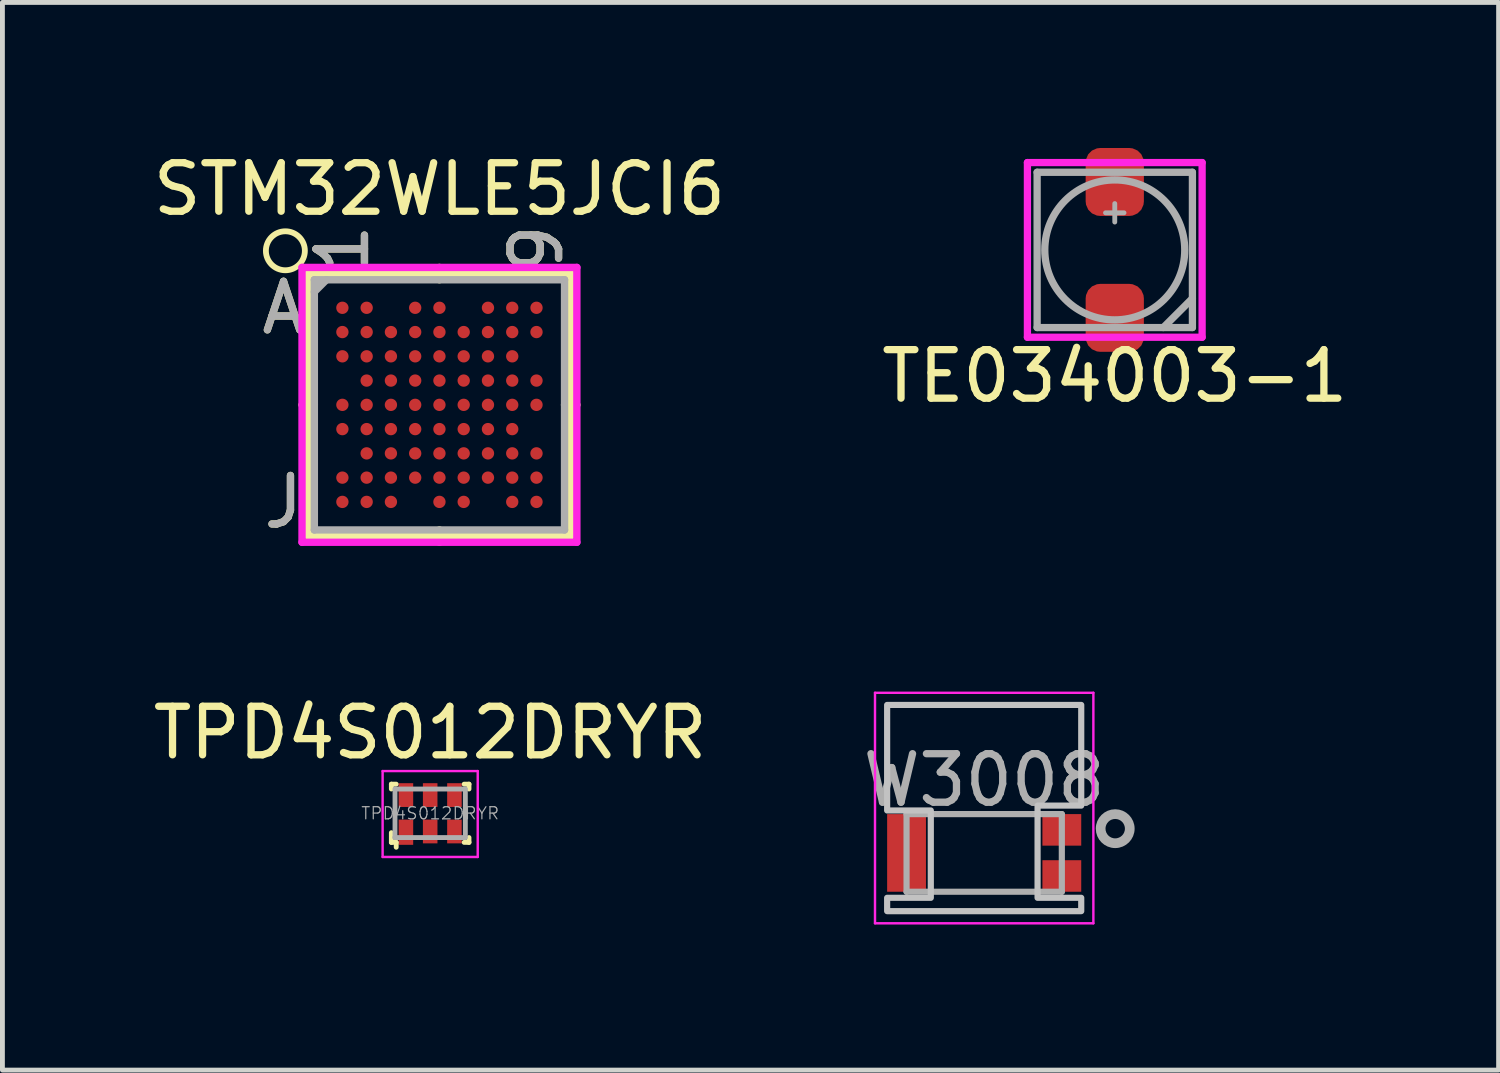
<source format=kicad_pcb>
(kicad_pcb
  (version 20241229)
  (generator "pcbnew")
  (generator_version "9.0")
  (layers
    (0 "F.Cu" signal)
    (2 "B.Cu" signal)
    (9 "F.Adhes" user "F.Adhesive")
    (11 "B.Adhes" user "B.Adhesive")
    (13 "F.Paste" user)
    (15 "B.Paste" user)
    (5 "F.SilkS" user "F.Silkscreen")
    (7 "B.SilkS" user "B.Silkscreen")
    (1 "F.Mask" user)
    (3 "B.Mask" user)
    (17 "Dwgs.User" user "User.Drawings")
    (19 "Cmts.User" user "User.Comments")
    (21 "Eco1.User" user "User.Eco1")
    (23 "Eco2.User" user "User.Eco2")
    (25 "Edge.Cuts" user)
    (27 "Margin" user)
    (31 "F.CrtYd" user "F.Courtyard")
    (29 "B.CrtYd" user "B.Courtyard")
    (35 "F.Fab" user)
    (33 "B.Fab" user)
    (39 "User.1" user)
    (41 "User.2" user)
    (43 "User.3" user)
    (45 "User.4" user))
  (footprint "STM32WLE5JCI6"
    (layer "F.Cu")
    (at 6.006 5.293)
    (property "Reference" "STM32WLE5JCI6" (at 0 -4.445 0) (layer "F.SilkS") (effects (font (size 1 1) (thickness 0.15))))
    (attr through_hole)
    (fp_line (start -2.705 -2.705) (end -2.705 2.705) (stroke (width 0.152) (type solid)) (layer "F.SilkS"))
    (fp_line (start -2.705 2.705) (end 2.705 2.705) (stroke (width 0.152) (type solid)) (layer "F.SilkS"))
    (fp_line (start -2.578 0) (end -2.832 0) (stroke (width 0.152) (type solid)) (layer "F.SilkS"))
    (fp_line (start 0 -2.578) (end 0 -2.832) (stroke (width 0.152) (type solid)) (layer "F.SilkS"))
    (fp_line (start 0 2.578) (end 0 2.832) (stroke (width 0.152) (type solid)) (layer "F.SilkS"))
    (fp_line (start 2.578 0) (end 2.832 0) (stroke (width 0.152) (type solid)) (layer "F.SilkS"))
    (fp_line (start 2.705 -2.705) (end -2.705 -2.705) (stroke (width 0.152) (type solid)) (layer "F.SilkS"))
    (fp_line (start 2.705 2.705) (end 2.705 -2.705) (stroke (width 0.152) (type solid)) (layer "F.SilkS"))
    (fp_circle (center -3.175 -3.175) (end -3.556 -3.048) (stroke (width 0.12) (type solid)) (fill no) (layer "F.SilkS"))
    (fp_line (start -2.832 -2.832) (end 2.832 -2.832) (stroke (width 0.152) (type solid)) (layer "F.CrtYd"))
    (fp_line (start -2.832 2.832) (end -2.832 -2.832) (stroke (width 0.152) (type solid)) (layer "F.CrtYd"))
    (fp_line (start 2.832 -2.832) (end 2.832 2.832) (stroke (width 0.152) (type solid)) (layer "F.CrtYd"))
    (fp_line (start 2.832 2.832) (end -2.832 2.832) (stroke (width 0.152) (type solid)) (layer "F.CrtYd"))
    (fp_line (start -2.578 -2.578) (end -2.578 2.578) (stroke (width 0.152) (type solid)) (layer "F.Fab"))
    (fp_line (start -2.578 2.578) (end 2.578 2.578) (stroke (width 0.152) (type solid)) (layer "F.Fab"))
    (fp_line (start -2.328 -2.578) (end -2.578 -2.328) (stroke (width 0.152) (type solid)) (layer "F.Fab"))
    (fp_line (start 2.578 -2.578) (end -2.578 -2.578) (stroke (width 0.152) (type solid)) (layer "F.Fab"))
    (fp_line (start 2.578 2.578) (end 2.578 -2.578) (stroke (width 0.152) (type solid)) (layer "F.Fab"))
    (fp_text user "1" (at -2 -3.213 90) (layer "F.SilkS") (effects (font (size 1 1) (thickness 0.15))))
    (fp_text user "A" (at -3.213 -2 0) (layer "F.SilkS") (effects (font (size 1 1) (thickness 0.15))))
    (fp_text user "9" (at 2 -3.213 90) (layer "F.SilkS") (effects (font (size 1 1) (thickness 0.15))))
    (fp_text user "J" (at -3.213 2 0) (layer "F.SilkS") (effects (font (size 1 1) (thickness 0.15))))
    (fp_text user "1" (at -2 -3.213 90) (layer "F.Fab") (effects (font (size 1 1) (thickness 0.15))))
    (fp_text user "9" (at 2 -3.213 90) (layer "F.Fab") (effects (font (size 1 1) (thickness 0.15))))
    (fp_text user "J" (at -3.213 2 0) (layer "F.Fab") (effects (font (size 1 1) (thickness 0.15))))
    (fp_text user "A" (at -3.213 -2 0) (layer "F.Fab") (effects (font (size 1 1) (thickness 0.15))))
    (pad "A1" smd circle (at -2 -2) (size 0.254 0.254) (layers "F.Cu" "F.Mask" "F.Paste"))
    (pad "A2" smd circle (at -1.5 -2) (size 0.254 0.254) (layers "F.Cu" "F.Mask" "F.Paste"))
    (pad "A4" smd circle (at -0.5 -2) (size 0.254 0.254) (layers "F.Cu" "F.Mask" "F.Paste"))
    (pad "A5" smd circle (at 0 -2) (size 0.254 0.254) (layers "F.Cu" "F.Mask" "F.Paste"))
    (pad "A7" smd circle (at 1 -2) (size 0.254 0.254) (layers "F.Cu" "F.Mask" "F.Paste"))
    (pad "A8" smd circle (at 1.5 -2) (size 0.254 0.254) (layers "F.Cu" "F.Mask" "F.Paste"))
    (pad "A9" smd circle (at 2 -2) (size 0.254 0.254) (layers "F.Cu" "F.Mask" "F.Paste"))
    (pad "B1" smd circle (at -2 -1.5) (size 0.254 0.254) (layers "F.Cu" "F.Mask" "F.Paste"))
    (pad "B2" smd circle (at -1.5 -1.5) (size 0.254 0.254) (layers "F.Cu" "F.Mask" "F.Paste"))
    (pad "B3" smd circle (at -1 -1.5) (size 0.254 0.254) (layers "F.Cu" "F.Mask" "F.Paste"))
    (pad "B4" smd circle (at -0.5 -1.5) (size 0.254 0.254) (layers "F.Cu" "F.Mask" "F.Paste"))
    (pad "B5" smd circle (at 0 -1.5) (size 0.254 0.254) (layers "F.Cu" "F.Mask" "F.Paste"))
    (pad "B6" smd circle (at 0.5 -1.5) (size 0.254 0.254) (layers "F.Cu" "F.Mask" "F.Paste"))
    (pad "B7" smd circle (at 1 -1.5) (size 0.254 0.254) (layers "F.Cu" "F.Mask" "F.Paste"))
    (pad "B8" smd circle (at 1.5 -1.5) (size 0.254 0.254) (layers "F.Cu" "F.Mask" "F.Paste"))
    (pad "B9" smd circle (at 2 -1.5) (size 0.254 0.254) (layers "F.Cu" "F.Mask" "F.Paste"))
    (pad "C1" smd circle (at -2 -1) (size 0.254 0.254) (layers "F.Cu" "F.Mask" "F.Paste"))
    (pad "C2" smd circle (at -1.5 -1) (size 0.254 0.254) (layers "F.Cu" "F.Mask" "F.Paste"))
    (pad "C3" smd circle (at -1 -1) (size 0.254 0.254) (layers "F.Cu" "F.Mask" "F.Paste"))
    (pad "C4" smd circle (at -0.5 -1) (size 0.254 0.254) (layers "F.Cu" "F.Mask" "F.Paste"))
    (pad "C5" smd circle (at 0 -1) (size 0.254 0.254) (layers "F.Cu" "F.Mask" "F.Paste"))
    (pad "C6" smd circle (at 0.5 -1) (size 0.254 0.254) (layers "F.Cu" "F.Mask" "F.Paste"))
    (pad "C7" smd circle (at 1 -1) (size 0.254 0.254) (layers "F.Cu" "F.Mask" "F.Paste"))
    (pad "C8" smd circle (at 1.5 -1) (size 0.254 0.254) (layers "F.Cu" "F.Mask" "F.Paste"))
    (pad "D2" smd circle (at -1.5 -0.5) (size 0.254 0.254) (layers "F.Cu" "F.Mask" "F.Paste"))
    (pad "D3" smd circle (at -1 -0.5) (size 0.254 0.254) (layers "F.Cu" "F.Mask" "F.Paste"))
    (pad "D4" smd circle (at -0.5 -0.5) (size 0.254 0.254) (layers "F.Cu" "F.Mask" "F.Paste"))
    (pad "D5" smd circle (at 0 -0.5) (size 0.254 0.254) (layers "F.Cu" "F.Mask" "F.Paste"))
    (pad "D6" smd circle (at 0.5 -0.5) (size 0.254 0.254) (layers "F.Cu" "F.Mask" "F.Paste"))
    (pad "D7" smd circle (at 1 -0.5) (size 0.254 0.254) (layers "F.Cu" "F.Mask" "F.Paste"))
    (pad "D8" smd circle (at 1.5 -0.5) (size 0.254 0.254) (layers "F.Cu" "F.Mask" "F.Paste"))
    (pad "D9" smd circle (at 2 -0.5) (size 0.254 0.254) (layers "F.Cu" "F.Mask" "F.Paste"))
    (pad "E1" smd circle (at -2 0) (size 0.254 0.254) (layers "F.Cu" "F.Mask" "F.Paste"))
    (pad "E2" smd circle (at -1.5 0) (size 0.254 0.254) (layers "F.Cu" "F.Mask" "F.Paste"))
    (pad "E3" smd circle (at -1 0) (size 0.254 0.254) (layers "F.Cu" "F.Mask" "F.Paste"))
    (pad "E4" smd circle (at -0.5 0) (size 0.254 0.254) (layers "F.Cu" "F.Mask" "F.Paste"))
    (pad "E5" smd circle (at 0 0) (size 0.254 0.254) (layers "F.Cu" "F.Mask" "F.Paste"))
    (pad "E6" smd circle (at 0.5 0) (size 0.254 0.254) (layers "F.Cu" "F.Mask" "F.Paste"))
    (pad "E7" smd circle (at 1 0) (size 0.254 0.254) (layers "F.Cu" "F.Mask" "F.Paste"))
    (pad "E8" smd circle (at 1.5 0) (size 0.254 0.254) (layers "F.Cu" "F.Mask" "F.Paste"))
    (pad "E9" smd circle (at 2 0) (size 0.254 0.254) (layers "F.Cu" "F.Mask" "F.Paste"))
    (pad "F1" smd circle (at -2 0.5) (size 0.254 0.254) (layers "F.Cu" "F.Mask" "F.Paste"))
    (pad "F2" smd circle (at -1.5 0.5) (size 0.254 0.254) (layers "F.Cu" "F.Mask" "F.Paste"))
    (pad "F3" smd circle (at -1 0.5) (size 0.254 0.254) (layers "F.Cu" "F.Mask" "F.Paste"))
    (pad "F4" smd circle (at -0.5 0.5) (size 0.254 0.254) (layers "F.Cu" "F.Mask" "F.Paste"))
    (pad "F5" smd circle (at 0 0.5) (size 0.254 0.254) (layers "F.Cu" "F.Mask" "F.Paste"))
    (pad "F6" smd circle (at 0.5 0.5) (size 0.254 0.254) (layers "F.Cu" "F.Mask" "F.Paste"))
    (pad "F7" smd circle (at 1 0.5) (size 0.254 0.254) (layers "F.Cu" "F.Mask" "F.Paste"))
    (pad "F8" smd circle (at 1.5 0.5) (size 0.254 0.254) (layers "F.Cu" "F.Mask" "F.Paste"))
    (pad "G2" smd circle (at -1.5 1) (size 0.254 0.254) (layers "F.Cu" "F.Mask" "F.Paste"))
    (pad "G3" smd circle (at -1 1) (size 0.254 0.254) (layers "F.Cu" "F.Mask" "F.Paste"))
    (pad "G4" smd circle (at -0.5 1) (size 0.254 0.254) (layers "F.Cu" "F.Mask" "F.Paste"))
    (pad "G5" smd circle (at 0 1) (size 0.254 0.254) (layers "F.Cu" "F.Mask" "F.Paste"))
    (pad "G6" smd circle (at 0.5 1) (size 0.254 0.254) (layers "F.Cu" "F.Mask" "F.Paste"))
    (pad "G7" smd circle (at 1 1) (size 0.254 0.254) (layers "F.Cu" "F.Mask" "F.Paste"))
    (pad "G8" smd circle (at 1.5 1) (size 0.254 0.254) (layers "F.Cu" "F.Mask" "F.Paste"))
    (pad "G9" smd circle (at 2 1) (size 0.254 0.254) (layers "F.Cu" "F.Mask" "F.Paste"))
    (pad "H1" smd circle (at -2 1.5) (size 0.254 0.254) (layers "F.Cu" "F.Mask" "F.Paste"))
    (pad "H2" smd circle (at -1.5 1.5) (size 0.254 0.254) (layers "F.Cu" "F.Mask" "F.Paste"))
    (pad "H3" smd circle (at -1 1.5) (size 0.254 0.254) (layers "F.Cu" "F.Mask" "F.Paste"))
    (pad "H4" smd circle (at -0.5 1.5) (size 0.254 0.254) (layers "F.Cu" "F.Mask" "F.Paste"))
    (pad "H5" smd circle (at 0 1.5) (size 0.254 0.254) (layers "F.Cu" "F.Mask" "F.Paste"))
    (pad "H6" smd circle (at 0.5 1.5) (size 0.254 0.254) (layers "F.Cu" "F.Mask" "F.Paste"))
    (pad "H7" smd circle (at 1 1.5) (size 0.254 0.254) (layers "F.Cu" "F.Mask" "F.Paste"))
    (pad "H8" smd circle (at 1.5 1.5) (size 0.254 0.254) (layers "F.Cu" "F.Mask" "F.Paste"))
    (pad "H9" smd circle (at 2 1.5) (size 0.254 0.254) (layers "F.Cu" "F.Mask" "F.Paste"))
    (pad "J1" smd circle (at -2 2) (size 0.254 0.254) (layers "F.Cu" "F.Mask" "F.Paste"))
    (pad "J2" smd circle (at -1.5 2) (size 0.254 0.254) (layers "F.Cu" "F.Mask" "F.Paste"))
    (pad "J3" smd circle (at -1 2) (size 0.254 0.254) (layers "F.Cu" "F.Mask" "F.Paste"))
    (pad "J5" smd circle (at 0 2) (size 0.254 0.254) (layers "F.Cu" "F.Mask" "F.Paste"))
    (pad "J6" smd circle (at 0.5 2) (size 0.254 0.254) (layers "F.Cu" "F.Mask" "F.Paste"))
    (pad "J8" smd circle (at 1.5 2) (size 0.254 0.254) (layers "F.Cu" "F.Mask" "F.Paste"))
    (pad "J9" smd circle (at 2 2) (size 0.254 0.254) (layers "F.Cu" "F.Mask" "F.Paste")))
  (footprint "W3008"
    (layer "F.Cu")
    (at 17.232 14.527)
    (property "Reference" "W3008" (at 0 -1.5 0) (layer "F.Fab") (effects (font (size 1 1) (thickness 0.15))))
    (attr smd)
    (fp_poly (pts (xy -2 1.2) (xy -2 0.925) (xy -1.1 0.925) (xy -1.1 -0.875) (xy -2 -0.875) (xy -2 -3.05) (xy 2 -3.05) (xy 2 -0.975) (xy 1.1 -0.975) (xy 1.1 0.925) (xy 2 0.925) (xy 2 1.2)) (stroke (width 0.127) (type solid)) (fill no) (layer "Dwgs.User"))
    (fp_line (start -2.25 -3.3) (end -2.25 1.45) (stroke (width 0.05) (type solid)) (layer "F.CrtYd"))
    (fp_line (start -2.25 1.45) (end 2.25 1.45) (stroke (width 0.05) (type solid)) (layer "F.CrtYd"))
    (fp_line (start 2.25 -3.3) (end -2.25 -3.3) (stroke (width 0.05) (type solid)) (layer "F.CrtYd"))
    (fp_line (start 2.25 1.45) (end 2.25 -3.3) (stroke (width 0.05) (type solid)) (layer "F.CrtYd"))
    (fp_line (start -1.6 -0.8) (end 1.6 -0.8) (stroke (width 0.127) (type solid)) (layer "F.Fab"))
    (fp_line (start -1.6 0.8) (end -1.6 -0.8) (stroke (width 0.127) (type solid)) (layer "F.Fab"))
    (fp_line (start 1.6 -0.8) (end 1.6 0.8) (stroke (width 0.127) (type solid)) (layer "F.Fab"))
    (fp_line (start 1.6 0.8) (end -1.6 0.8) (stroke (width 0.127) (type solid)) (layer "F.Fab"))
    (fp_circle (center 2.7 -0.5) (end 3 -0.5) (stroke (width 0.2) (type solid)) (fill no) (layer "F.Fab"))
    (pad "FEED" smd rect (at 1.6 -0.475) (size 0.8 0.65) (layers "F.Cu" "F.Mask" "F.Paste"))
    (pad "G1" smd rect (at 1.6 0.475) (size 0.8 0.65) (layers "F.Cu" "F.Mask" "F.Paste"))
    (pad "G2" smd rect (at -1.6 0) (size 0.8 1.6) (layers "F.Cu" "F.Mask" "F.Paste")))
  (footprint "TPD4S012DRYR"
    (layer "F.Cu")
    (at 5.815 13.71)
    (property "Reference" "TPD4S012DRYR" (at 0 -1.66 0) (layer "F.SilkS") (effects (font (size 1 1) (thickness 0.15))))
    (attr through_hole)
    (fp_line (start -0.8 -0.6) (end -0.8 -0.5) (stroke (width 0.1) (type solid)) (layer "F.SilkS"))
    (fp_line (start -0.8 0.4) (end -0.8 0.6) (stroke (width 0.1) (type solid)) (layer "F.SilkS"))
    (fp_line (start -0.8 0.6) (end -0.7 0.6) (stroke (width 0.1) (type solid)) (layer "F.SilkS"))
    (fp_line (start -0.7 -0.6) (end -0.8 -0.6) (stroke (width 0.1) (type solid)) (layer "F.SilkS"))
    (fp_line (start -0.7 0.6) (end -0.7 0.7) (stroke (width 0.1) (type solid)) (layer "F.SilkS"))
    (fp_line (start 0.7 -0.6) (end 0.8 -0.6) (stroke (width 0.1) (type solid)) (layer "F.SilkS"))
    (fp_line (start 0.7 0.6) (end 0.8 0.6) (stroke (width 0.1) (type solid)) (layer "F.SilkS"))
    (fp_line (start 0.8 -0.6) (end 0.8 -0.5) (stroke (width 0.1) (type solid)) (layer "F.SilkS"))
    (fp_line (start 0.8 0.6) (end 0.8 0.5) (stroke (width 0.1) (type solid)) (layer "F.SilkS"))
    (fp_line (start -0.98 -0.87) (end 0.98 -0.87) (stroke (width 0.05) (type solid)) (layer "F.CrtYd"))
    (fp_line (start -0.98 0.9) (end -0.98 -0.87) (stroke (width 0.05) (type solid)) (layer "F.CrtYd"))
    (fp_line (start -0.98 0.9) (end 0.98 0.9) (stroke (width 0.05) (type solid)) (layer "F.CrtYd"))
    (fp_line (start 0.98 0.9) (end 0.98 -0.87) (stroke (width 0.05) (type solid)) (layer "F.CrtYd"))
    (fp_line (start -0.73 0.5) (end 0.72 0.5) (stroke (width 0.1) (type solid)) (layer "F.Fab"))
    (fp_line (start -0.725 0.5) (end -0.725 -0.5) (stroke (width 0.1) (type solid)) (layer "F.Fab"))
    (fp_line (start -0.72 -0.5) (end 0.72 -0.5) (stroke (width 0.1) (type solid)) (layer "F.Fab"))
    (fp_line (start 0.725 0.5) (end 0.725 -0.5) (stroke (width 0.1) (type solid)) (layer "F.Fab"))
    (fp_text user "${REFERENCE}" (at 0 0 0) (layer "F.Fab") (effects (font (size 0.25 0.25) (thickness 0.025))))
    (pad "1" smd rect (at -0.5 0.39) (size 0.3 0.52) (layers "F.Cu" "F.Mask" "F.Paste"))
    (pad "2" smd rect (at 0 0.375) (size 0.3 0.49) (layers "F.Cu" "F.Mask" "F.Paste"))
    (pad "3" smd rect (at 0.5 0.375) (size 0.3 0.49) (layers "F.Cu" "F.Mask" "F.Paste"))
    (pad "4" smd rect (at 0.5 -0.375) (size 0.3 0.49) (layers "F.Cu" "F.Mask" "F.Paste"))
    (pad "5" smd rect (at 0 -0.375) (size 0.3 0.49) (layers "F.Cu" "F.Mask" "F.Paste"))
    (pad "6" smd rect (at -0.5 -0.375) (size 0.3 0.49) (layers "F.Cu" "F.Mask" "F.Paste")))
  (footprint "TE034003-1"
    (layer "F.Cu")
    (at 19.923 2.1)
    (property "Reference" "TE034003-1" (at 0 2.6 180) (layer "F.SilkS") (effects (font (size 1 1) (thickness 0.15))))
    (attr smd)
    (fp_line (start -1.8 -1.8) (end 1.8 -1.8) (stroke (width 0.15) (type solid)) (layer "F.CrtYd"))
    (fp_line (start -1.8 1.8) (end -1.8 -1.8) (stroke (width 0.15) (type solid)) (layer "F.CrtYd"))
    (fp_line (start 1.8 -1.8) (end 1.8 1.8) (stroke (width 0.15) (type solid)) (layer "F.CrtYd"))
    (fp_line (start 1.8 1.8) (end -1.8 1.8) (stroke (width 0.15) (type solid)) (layer "F.CrtYd"))
    (fp_line (start -1.6 -1.6) (end 1.6 -1.6) (stroke (width 0.15) (type solid)) (layer "F.Fab"))
    (fp_line (start -1.6 1.6) (end -1.6 -1.6) (stroke (width 0.15) (type solid)) (layer "F.Fab"))
    (fp_line (start 1 1.6) (end 1.6 1) (stroke (width 0.15) (type solid)) (layer "F.Fab"))
    (fp_line (start 1.6 -1.6) (end 1.6 1.6) (stroke (width 0.15) (type solid)) (layer "F.Fab"))
    (fp_line (start 1.6 1.6) (end -1.6 1.6) (stroke (width 0.15) (type solid)) (layer "F.Fab"))
    (fp_circle (center 0 0) (end -1.2 0.8) (stroke (width 0.15) (type solid)) (fill no) (layer "F.Fab"))
    (fp_text user "+" (at 0 -0.8 180) (layer "F.Fab") (effects (font (size 0.5 0.5) (thickness 0.1))))
    (pad "1" smd roundrect (at 0 -1.4 180) (size 1.2 1.4) (layers "F.Cu" "F.Mask" "F.Paste") (roundrect_rratio 0.25))
    (pad "2" smd roundrect (at 0 1.4 180) (size 1.2 1.4) (layers "F.Cu" "F.Mask" "F.Paste") (roundrect_rratio 0.25)))
  (gr_rect
    (start -3 -3)
    (end 27.833 19.002)
    (stroke (width 0.1) (type default))
    (fill no)
    (layer "Edge.Cuts")))
</source>
